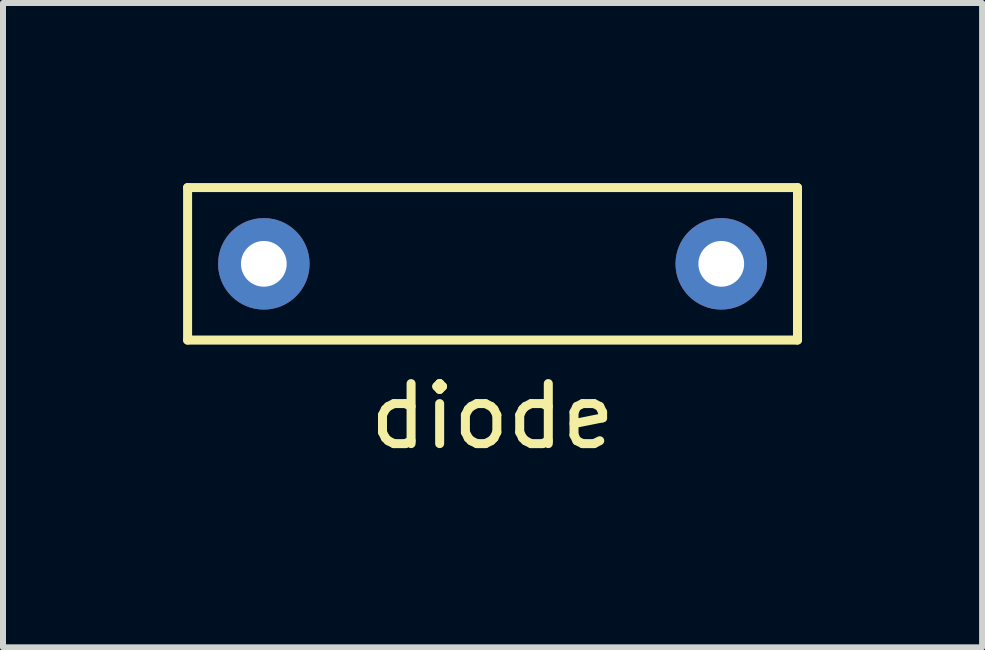
<source format=kicad_pcb>
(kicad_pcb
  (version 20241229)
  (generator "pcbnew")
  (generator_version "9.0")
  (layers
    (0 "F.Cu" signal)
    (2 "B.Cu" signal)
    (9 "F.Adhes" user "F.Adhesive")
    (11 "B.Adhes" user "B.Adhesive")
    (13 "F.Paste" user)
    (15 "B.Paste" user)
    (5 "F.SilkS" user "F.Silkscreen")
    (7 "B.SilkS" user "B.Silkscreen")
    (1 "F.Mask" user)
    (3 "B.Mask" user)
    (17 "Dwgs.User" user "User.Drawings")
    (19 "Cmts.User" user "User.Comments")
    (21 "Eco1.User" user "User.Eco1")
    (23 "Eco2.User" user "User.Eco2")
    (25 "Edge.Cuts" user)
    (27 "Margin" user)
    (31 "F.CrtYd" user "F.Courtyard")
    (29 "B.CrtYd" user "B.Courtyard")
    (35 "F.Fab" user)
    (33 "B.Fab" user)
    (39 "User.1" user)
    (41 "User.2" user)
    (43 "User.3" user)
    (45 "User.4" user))
  (footprint "diode"
    (layer "F.Cu")
    (at 5.155 1.345)
    (property "Reference" "diode" (at 0 2.54 0) (layer "F.SilkS") (effects (font (size 1 1) (thickness 0.15))))
    (attr through_hole)
    (fp_line (start -5.08 -1.27) (end -5.08 1.27) (stroke (width 0.15) (type solid)) (layer "F.SilkS"))
    (fp_line (start -5.08 1.27) (end 5.08 1.27) (stroke (width 0.15) (type solid)) (layer "F.SilkS"))
    (fp_line (start 5.08 -1.27) (end -5.08 -1.27) (stroke (width 0.15) (type solid)) (layer "F.SilkS"))
    (fp_line (start 5.08 1.27) (end 5.08 -1.27) (stroke (width 0.15) (type solid)) (layer "F.SilkS"))
    (pad "1" thru_hole circle (at -3.81 0) (size 1.524 1.524) (drill 0.762) (layers "*.Cu" "*.Mask"))
    (pad "2" thru_hole circle (at 3.81 0) (size 1.524 1.524) (drill 0.762) (layers "*.Cu" "*.Mask")))
  (gr_rect
    (start -3 -3)
    (end 13.31 7.733)
    (stroke (width 0.1) (type default))
    (fill no)
    (layer "Edge.Cuts")))
</source>
